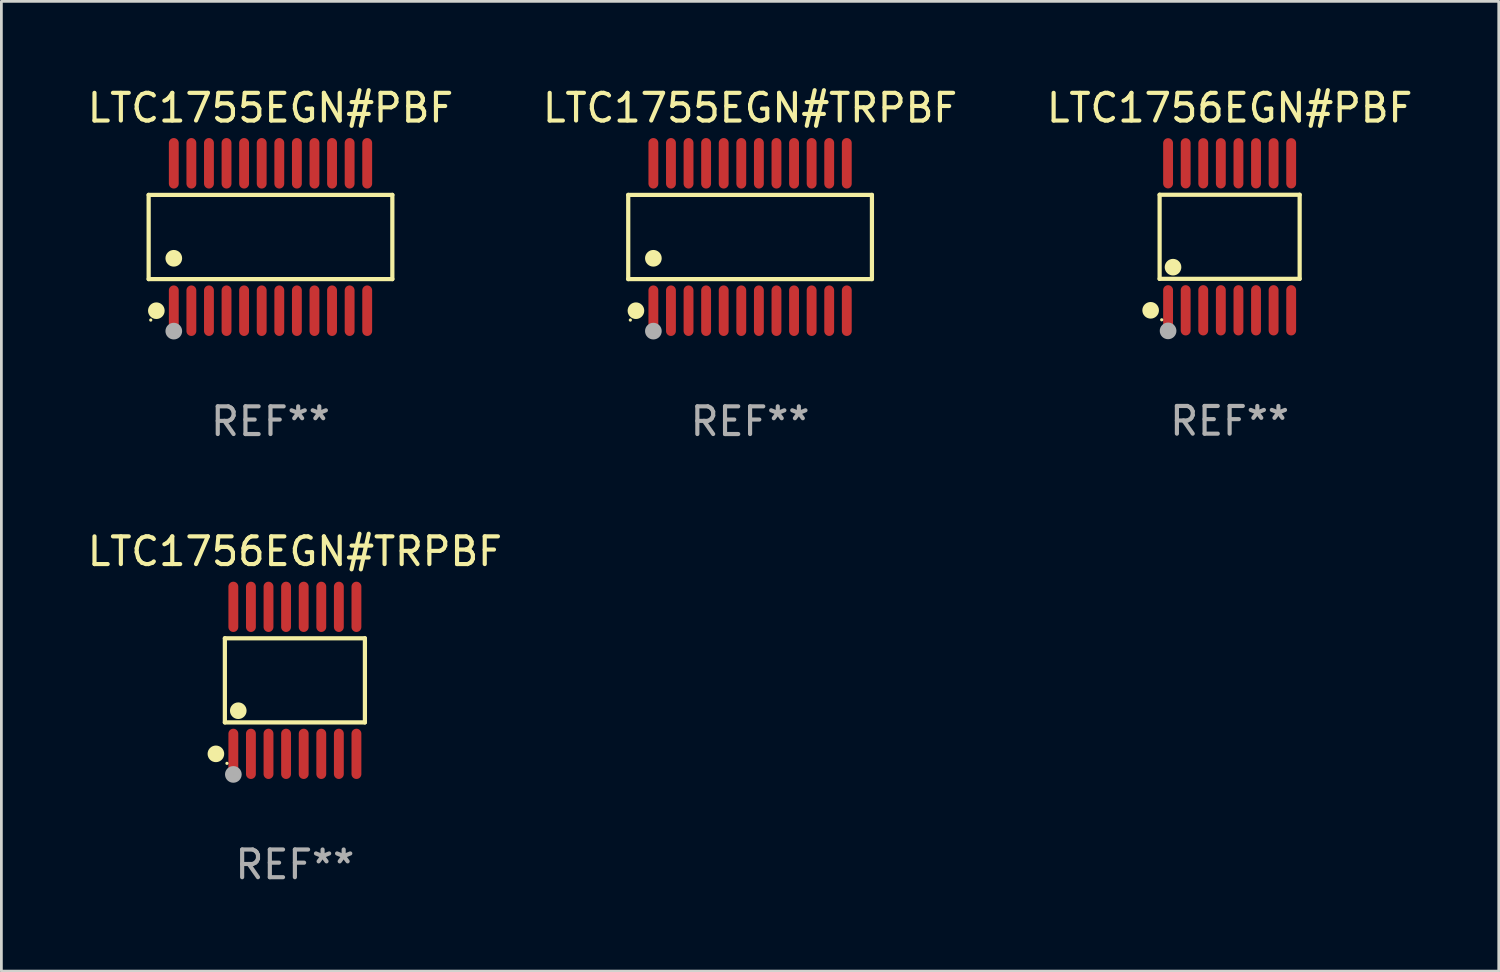
<source format=kicad_pcb>
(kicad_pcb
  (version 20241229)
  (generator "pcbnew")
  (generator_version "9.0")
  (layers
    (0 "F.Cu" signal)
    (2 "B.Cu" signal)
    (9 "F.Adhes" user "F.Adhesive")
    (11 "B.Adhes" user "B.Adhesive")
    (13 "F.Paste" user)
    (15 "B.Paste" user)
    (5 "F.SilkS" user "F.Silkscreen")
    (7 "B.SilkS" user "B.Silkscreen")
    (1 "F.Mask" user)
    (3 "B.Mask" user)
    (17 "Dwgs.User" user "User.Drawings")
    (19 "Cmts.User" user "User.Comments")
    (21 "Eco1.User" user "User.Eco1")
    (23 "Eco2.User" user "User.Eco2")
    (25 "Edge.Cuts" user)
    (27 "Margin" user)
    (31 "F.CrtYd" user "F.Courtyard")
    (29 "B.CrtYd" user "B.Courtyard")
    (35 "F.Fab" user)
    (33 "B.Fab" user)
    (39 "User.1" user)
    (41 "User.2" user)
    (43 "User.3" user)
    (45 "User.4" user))
  (footprint "LTC1755EGN#PBF"
    (layer "F.Cu")
    (at 6.72 5.51)
    (property "Reference" "LTC1755EGN#PBF" (at 0 -4.662 0) (layer "F.SilkS") (effects (font (size 1 1) (thickness 0.15))))
    (attr through_hole)
    (fp_line (start -4.401 -1.521) (end 4.401 -1.521) (stroke (width 0.152) (type solid)) (layer "F.SilkS"))
    (fp_line (start -4.401 1.521) (end -4.401 -1.521) (stroke (width 0.152) (type solid)) (layer "F.SilkS"))
    (fp_line (start 4.401 -1.521) (end 4.401 1.521) (stroke (width 0.152) (type solid)) (layer "F.SilkS"))
    (fp_line (start 4.401 1.521) (end -4.401 1.521) (stroke (width 0.152) (type solid)) (layer "F.SilkS"))
    (fp_circle (center -4.325 3) (end -4.295 3) (stroke (width 0.06) (type solid)) (fill no) (layer "F.SilkS"))
    (fp_circle (center -4.123 2.662) (end -3.973 2.662) (stroke (width 0.3) (type solid)) (fill no) (layer "F.SilkS"))
    (fp_circle (center -3.493 0.769) (end -3.342 0.769) (stroke (width 0.3) (type solid)) (fill no) (layer "F.SilkS"))
    (fp_circle (center -3.493 3.4) (end -3.342 3.4) (stroke (width 0.3) (type solid)) (fill no) (layer "F.Fab"))
    (fp_text user "REF**" (at 0 6.662 0) (layer "F.Fab") (effects (font (size 1 1) (thickness 0.15))))
    (pad "1" smd oval (at -3.493 2.662) (size 0.356 1.824) (layers "F.Cu" "F.Mask" "F.Paste"))
    (pad "2" smd oval (at -2.858 2.662) (size 0.356 1.824) (layers "F.Cu" "F.Mask" "F.Paste"))
    (pad "3" smd oval (at -2.223 2.662) (size 0.356 1.824) (layers "F.Cu" "F.Mask" "F.Paste"))
    (pad "4" smd oval (at -1.588 2.662) (size 0.356 1.824) (layers "F.Cu" "F.Mask" "F.Paste"))
    (pad "5" smd oval (at -0.953 2.662) (size 0.356 1.824) (layers "F.Cu" "F.Mask" "F.Paste"))
    (pad "6" smd oval (at -0.318 2.662) (size 0.356 1.824) (layers "F.Cu" "F.Mask" "F.Paste"))
    (pad "7" smd oval (at 0.318 2.662) (size 0.356 1.824) (layers "F.Cu" "F.Mask" "F.Paste"))
    (pad "8" smd oval (at 0.953 2.662) (size 0.356 1.824) (layers "F.Cu" "F.Mask" "F.Paste"))
    (pad "9" smd oval (at 1.588 2.662) (size 0.356 1.824) (layers "F.Cu" "F.Mask" "F.Paste"))
    (pad "10" smd oval (at 2.223 2.662) (size 0.356 1.824) (layers "F.Cu" "F.Mask" "F.Paste"))
    (pad "11" smd oval (at 2.858 2.662) (size 0.356 1.824) (layers "F.Cu" "F.Mask" "F.Paste"))
    (pad "12" smd oval (at 3.493 2.662) (size 0.356 1.824) (layers "F.Cu" "F.Mask" "F.Paste"))
    (pad "13" smd oval (at 3.493 -2.662) (size 0.356 1.824) (layers "F.Cu" "F.Mask" "F.Paste"))
    (pad "14" smd oval (at 2.858 -2.662) (size 0.356 1.824) (layers "F.Cu" "F.Mask" "F.Paste"))
    (pad "15" smd oval (at 2.223 -2.662) (size 0.356 1.824) (layers "F.Cu" "F.Mask" "F.Paste"))
    (pad "16" smd oval (at 1.588 -2.662) (size 0.356 1.824) (layers "F.Cu" "F.Mask" "F.Paste"))
    (pad "17" smd oval (at 0.953 -2.662) (size 0.356 1.824) (layers "F.Cu" "F.Mask" "F.Paste"))
    (pad "18" smd oval (at 0.318 -2.662) (size 0.356 1.824) (layers "F.Cu" "F.Mask" "F.Paste"))
    (pad "19" smd oval (at -0.318 -2.662) (size 0.356 1.824) (layers "F.Cu" "F.Mask" "F.Paste"))
    (pad "20" smd oval (at -0.953 -2.662) (size 0.356 1.824) (layers "F.Cu" "F.Mask" "F.Paste"))
    (pad "21" smd oval (at -1.588 -2.662) (size 0.356 1.824) (layers "F.Cu" "F.Mask" "F.Paste"))
    (pad "22" smd oval (at -2.223 -2.662) (size 0.356 1.824) (layers "F.Cu" "F.Mask" "F.Paste"))
    (pad "23" smd oval (at -2.858 -2.662) (size 0.356 1.824) (layers "F.Cu" "F.Mask" "F.Paste"))
    (pad "24" smd oval (at -3.493 -2.662) (size 0.356 1.824) (layers "F.Cu" "F.Mask" "F.Paste")))
  (footprint "LTC1755EGN#TRPBF"
    (layer "F.Cu")
    (at 24.042 5.51)
    (property "Reference" "LTC1755EGN#TRPBF" (at 0 -4.662 0) (layer "F.SilkS") (effects (font (size 1 1) (thickness 0.15))))
    (attr through_hole)
    (fp_line (start -4.401 -1.521) (end 4.401 -1.521) (stroke (width 0.152) (type solid)) (layer "F.SilkS"))
    (fp_line (start -4.401 1.521) (end -4.401 -1.521) (stroke (width 0.152) (type solid)) (layer "F.SilkS"))
    (fp_line (start 4.401 -1.521) (end 4.401 1.521) (stroke (width 0.152) (type solid)) (layer "F.SilkS"))
    (fp_line (start 4.401 1.521) (end -4.401 1.521) (stroke (width 0.152) (type solid)) (layer "F.SilkS"))
    (fp_circle (center -4.325 3) (end -4.295 3) (stroke (width 0.06) (type solid)) (fill no) (layer "F.SilkS"))
    (fp_circle (center -4.123 2.662) (end -3.973 2.662) (stroke (width 0.3) (type solid)) (fill no) (layer "F.SilkS"))
    (fp_circle (center -3.493 0.769) (end -3.342 0.769) (stroke (width 0.3) (type solid)) (fill no) (layer "F.SilkS"))
    (fp_circle (center -3.493 3.4) (end -3.342 3.4) (stroke (width 0.3) (type solid)) (fill no) (layer "F.Fab"))
    (fp_text user "REF**" (at 0 6.662 0) (layer "F.Fab") (effects (font (size 1 1) (thickness 0.15))))
    (pad "1" smd oval (at -3.493 2.662) (size 0.356 1.824) (layers "F.Cu" "F.Mask" "F.Paste"))
    (pad "2" smd oval (at -2.858 2.662) (size 0.356 1.824) (layers "F.Cu" "F.Mask" "F.Paste"))
    (pad "3" smd oval (at -2.223 2.662) (size 0.356 1.824) (layers "F.Cu" "F.Mask" "F.Paste"))
    (pad "4" smd oval (at -1.588 2.662) (size 0.356 1.824) (layers "F.Cu" "F.Mask" "F.Paste"))
    (pad "5" smd oval (at -0.953 2.662) (size 0.356 1.824) (layers "F.Cu" "F.Mask" "F.Paste"))
    (pad "6" smd oval (at -0.318 2.662) (size 0.356 1.824) (layers "F.Cu" "F.Mask" "F.Paste"))
    (pad "7" smd oval (at 0.318 2.662) (size 0.356 1.824) (layers "F.Cu" "F.Mask" "F.Paste"))
    (pad "8" smd oval (at 0.953 2.662) (size 0.356 1.824) (layers "F.Cu" "F.Mask" "F.Paste"))
    (pad "9" smd oval (at 1.588 2.662) (size 0.356 1.824) (layers "F.Cu" "F.Mask" "F.Paste"))
    (pad "10" smd oval (at 2.223 2.662) (size 0.356 1.824) (layers "F.Cu" "F.Mask" "F.Paste"))
    (pad "11" smd oval (at 2.858 2.662) (size 0.356 1.824) (layers "F.Cu" "F.Mask" "F.Paste"))
    (pad "12" smd oval (at 3.493 2.662) (size 0.356 1.824) (layers "F.Cu" "F.Mask" "F.Paste"))
    (pad "13" smd oval (at 3.493 -2.662) (size 0.356 1.824) (layers "F.Cu" "F.Mask" "F.Paste"))
    (pad "14" smd oval (at 2.858 -2.662) (size 0.356 1.824) (layers "F.Cu" "F.Mask" "F.Paste"))
    (pad "15" smd oval (at 2.223 -2.662) (size 0.356 1.824) (layers "F.Cu" "F.Mask" "F.Paste"))
    (pad "16" smd oval (at 1.588 -2.662) (size 0.356 1.824) (layers "F.Cu" "F.Mask" "F.Paste"))
    (pad "17" smd oval (at 0.953 -2.662) (size 0.356 1.824) (layers "F.Cu" "F.Mask" "F.Paste"))
    (pad "18" smd oval (at 0.318 -2.662) (size 0.356 1.824) (layers "F.Cu" "F.Mask" "F.Paste"))
    (pad "19" smd oval (at -0.318 -2.662) (size 0.356 1.824) (layers "F.Cu" "F.Mask" "F.Paste"))
    (pad "20" smd oval (at -0.953 -2.662) (size 0.356 1.824) (layers "F.Cu" "F.Mask" "F.Paste"))
    (pad "21" smd oval (at -1.588 -2.662) (size 0.356 1.824) (layers "F.Cu" "F.Mask" "F.Paste"))
    (pad "22" smd oval (at -2.223 -2.662) (size 0.356 1.824) (layers "F.Cu" "F.Mask" "F.Paste"))
    (pad "23" smd oval (at -2.858 -2.662) (size 0.356 1.824) (layers "F.Cu" "F.Mask" "F.Paste"))
    (pad "24" smd oval (at -3.493 -2.662) (size 0.356 1.824) (layers "F.Cu" "F.Mask" "F.Paste")))
  (footprint "LTC1756EGN#TRPBF"
    (layer "F.Cu")
    (at 7.601 21.523)
    (property "Reference" "LTC1756EGN#TRPBF" (at 0 -4.655 0) (layer "F.SilkS") (effects (font (size 1 1) (thickness 0.15))))
    (attr through_hole)
    (fp_line (start -2.529 -1.519) (end 2.529 -1.519) (stroke (width 0.152) (type solid)) (layer "F.SilkS"))
    (fp_line (start -2.529 1.519) (end -2.529 -1.519) (stroke (width 0.152) (type solid)) (layer "F.SilkS"))
    (fp_line (start 2.529 -1.519) (end 2.529 1.519) (stroke (width 0.152) (type solid)) (layer "F.SilkS"))
    (fp_line (start 2.529 1.519) (end -2.529 1.519) (stroke (width 0.152) (type solid)) (layer "F.SilkS"))
    (fp_circle (center -2.853 2.655) (end -2.703 2.655) (stroke (width 0.3) (type solid)) (fill no) (layer "F.SilkS"))
    (fp_circle (center -2.453 2.998) (end -2.423 2.998) (stroke (width 0.06) (type solid)) (fill no) (layer "F.SilkS"))
    (fp_circle (center -2.045 1.097) (end -1.895 1.097) (stroke (width 0.3) (type solid)) (fill no) (layer "F.SilkS"))
    (fp_circle (center -2.223 3.398) (end -2.072 3.398) (stroke (width 0.3) (type solid)) (fill no) (layer "F.Fab"))
    (fp_text user "REF**" (at 0 6.655 0) (layer "F.Fab") (effects (font (size 1 1) (thickness 0.15))))
    (pad "1" smd oval (at -2.223 2.655) (size 0.356 1.815) (layers "F.Cu" "F.Mask" "F.Paste"))
    (pad "2" smd oval (at -1.588 2.655) (size 0.356 1.815) (layers "F.Cu" "F.Mask" "F.Paste"))
    (pad "3" smd oval (at -0.953 2.655) (size 0.356 1.815) (layers "F.Cu" "F.Mask" "F.Paste"))
    (pad "4" smd oval (at -0.318 2.655) (size 0.356 1.815) (layers "F.Cu" "F.Mask" "F.Paste"))
    (pad "5" smd oval (at 0.318 2.655) (size 0.356 1.815) (layers "F.Cu" "F.Mask" "F.Paste"))
    (pad "6" smd oval (at 0.953 2.655) (size 0.356 1.815) (layers "F.Cu" "F.Mask" "F.Paste"))
    (pad "7" smd oval (at 1.588 2.655) (size 0.356 1.815) (layers "F.Cu" "F.Mask" "F.Paste"))
    (pad "8" smd oval (at 2.223 2.655) (size 0.356 1.815) (layers "F.Cu" "F.Mask" "F.Paste"))
    (pad "9" smd oval (at 2.223 -2.655) (size 0.356 1.815) (layers "F.Cu" "F.Mask" "F.Paste"))
    (pad "10" smd oval (at 1.588 -2.655) (size 0.356 1.815) (layers "F.Cu" "F.Mask" "F.Paste"))
    (pad "11" smd oval (at 0.953 -2.655) (size 0.356 1.815) (layers "F.Cu" "F.Mask" "F.Paste"))
    (pad "12" smd oval (at 0.318 -2.655) (size 0.356 1.815) (layers "F.Cu" "F.Mask" "F.Paste"))
    (pad "13" smd oval (at -0.318 -2.655) (size 0.356 1.815) (layers "F.Cu" "F.Mask" "F.Paste"))
    (pad "14" smd oval (at -0.953 -2.655) (size 0.356 1.815) (layers "F.Cu" "F.Mask" "F.Paste"))
    (pad "15" smd oval (at -1.588 -2.655) (size 0.356 1.815) (layers "F.Cu" "F.Mask" "F.Paste"))
    (pad "16" smd oval (at -2.223 -2.655) (size 0.356 1.815) (layers "F.Cu" "F.Mask" "F.Paste")))
  (footprint "LTC1756EGN#PBF"
    (layer "F.Cu")
    (at 41.363 5.503)
    (property "Reference" "LTC1756EGN#PBF" (at 0 -4.655 0) (layer "F.SilkS") (effects (font (size 1 1) (thickness 0.15))))
    (attr through_hole)
    (fp_line (start -2.529 -1.519) (end 2.529 -1.519) (stroke (width 0.152) (type solid)) (layer "F.SilkS"))
    (fp_line (start -2.529 1.519) (end -2.529 -1.519) (stroke (width 0.152) (type solid)) (layer "F.SilkS"))
    (fp_line (start 2.529 -1.519) (end 2.529 1.519) (stroke (width 0.152) (type solid)) (layer "F.SilkS"))
    (fp_line (start 2.529 1.519) (end -2.529 1.519) (stroke (width 0.152) (type solid)) (layer "F.SilkS"))
    (fp_circle (center -2.853 2.655) (end -2.703 2.655) (stroke (width 0.3) (type solid)) (fill no) (layer "F.SilkS"))
    (fp_circle (center -2.453 2.998) (end -2.423 2.998) (stroke (width 0.06) (type solid)) (fill no) (layer "F.SilkS"))
    (fp_circle (center -2.045 1.097) (end -1.895 1.097) (stroke (width 0.3) (type solid)) (fill no) (layer "F.SilkS"))
    (fp_circle (center -2.223 3.398) (end -2.072 3.398) (stroke (width 0.3) (type solid)) (fill no) (layer "F.Fab"))
    (fp_text user "REF**" (at 0 6.655 0) (layer "F.Fab") (effects (font (size 1 1) (thickness 0.15))))
    (pad "1" smd oval (at -2.223 2.655) (size 0.356 1.815) (layers "F.Cu" "F.Mask" "F.Paste"))
    (pad "2" smd oval (at -1.588 2.655) (size 0.356 1.815) (layers "F.Cu" "F.Mask" "F.Paste"))
    (pad "3" smd oval (at -0.953 2.655) (size 0.356 1.815) (layers "F.Cu" "F.Mask" "F.Paste"))
    (pad "4" smd oval (at -0.318 2.655) (size 0.356 1.815) (layers "F.Cu" "F.Mask" "F.Paste"))
    (pad "5" smd oval (at 0.318 2.655) (size 0.356 1.815) (layers "F.Cu" "F.Mask" "F.Paste"))
    (pad "6" smd oval (at 0.953 2.655) (size 0.356 1.815) (layers "F.Cu" "F.Mask" "F.Paste"))
    (pad "7" smd oval (at 1.588 2.655) (size 0.356 1.815) (layers "F.Cu" "F.Mask" "F.Paste"))
    (pad "8" smd oval (at 2.223 2.655) (size 0.356 1.815) (layers "F.Cu" "F.Mask" "F.Paste"))
    (pad "9" smd oval (at 2.223 -2.655) (size 0.356 1.815) (layers "F.Cu" "F.Mask" "F.Paste"))
    (pad "10" smd oval (at 1.588 -2.655) (size 0.356 1.815) (layers "F.Cu" "F.Mask" "F.Paste"))
    (pad "11" smd oval (at 0.953 -2.655) (size 0.356 1.815) (layers "F.Cu" "F.Mask" "F.Paste"))
    (pad "12" smd oval (at 0.318 -2.655) (size 0.356 1.815) (layers "F.Cu" "F.Mask" "F.Paste"))
    (pad "13" smd oval (at -0.318 -2.655) (size 0.356 1.815) (layers "F.Cu" "F.Mask" "F.Paste"))
    (pad "14" smd oval (at -0.953 -2.655) (size 0.356 1.815) (layers "F.Cu" "F.Mask" "F.Paste"))
    (pad "15" smd oval (at -1.588 -2.655) (size 0.356 1.815) (layers "F.Cu" "F.Mask" "F.Paste"))
    (pad "16" smd oval (at -2.223 -2.655) (size 0.356 1.815) (layers "F.Cu" "F.Mask" "F.Paste")))
  (gr_rect
    (start -3 -3)
    (end 51.083 32.026)
    (stroke (width 0.1) (type default))
    (fill no)
    (layer "Edge.Cuts")))
</source>
